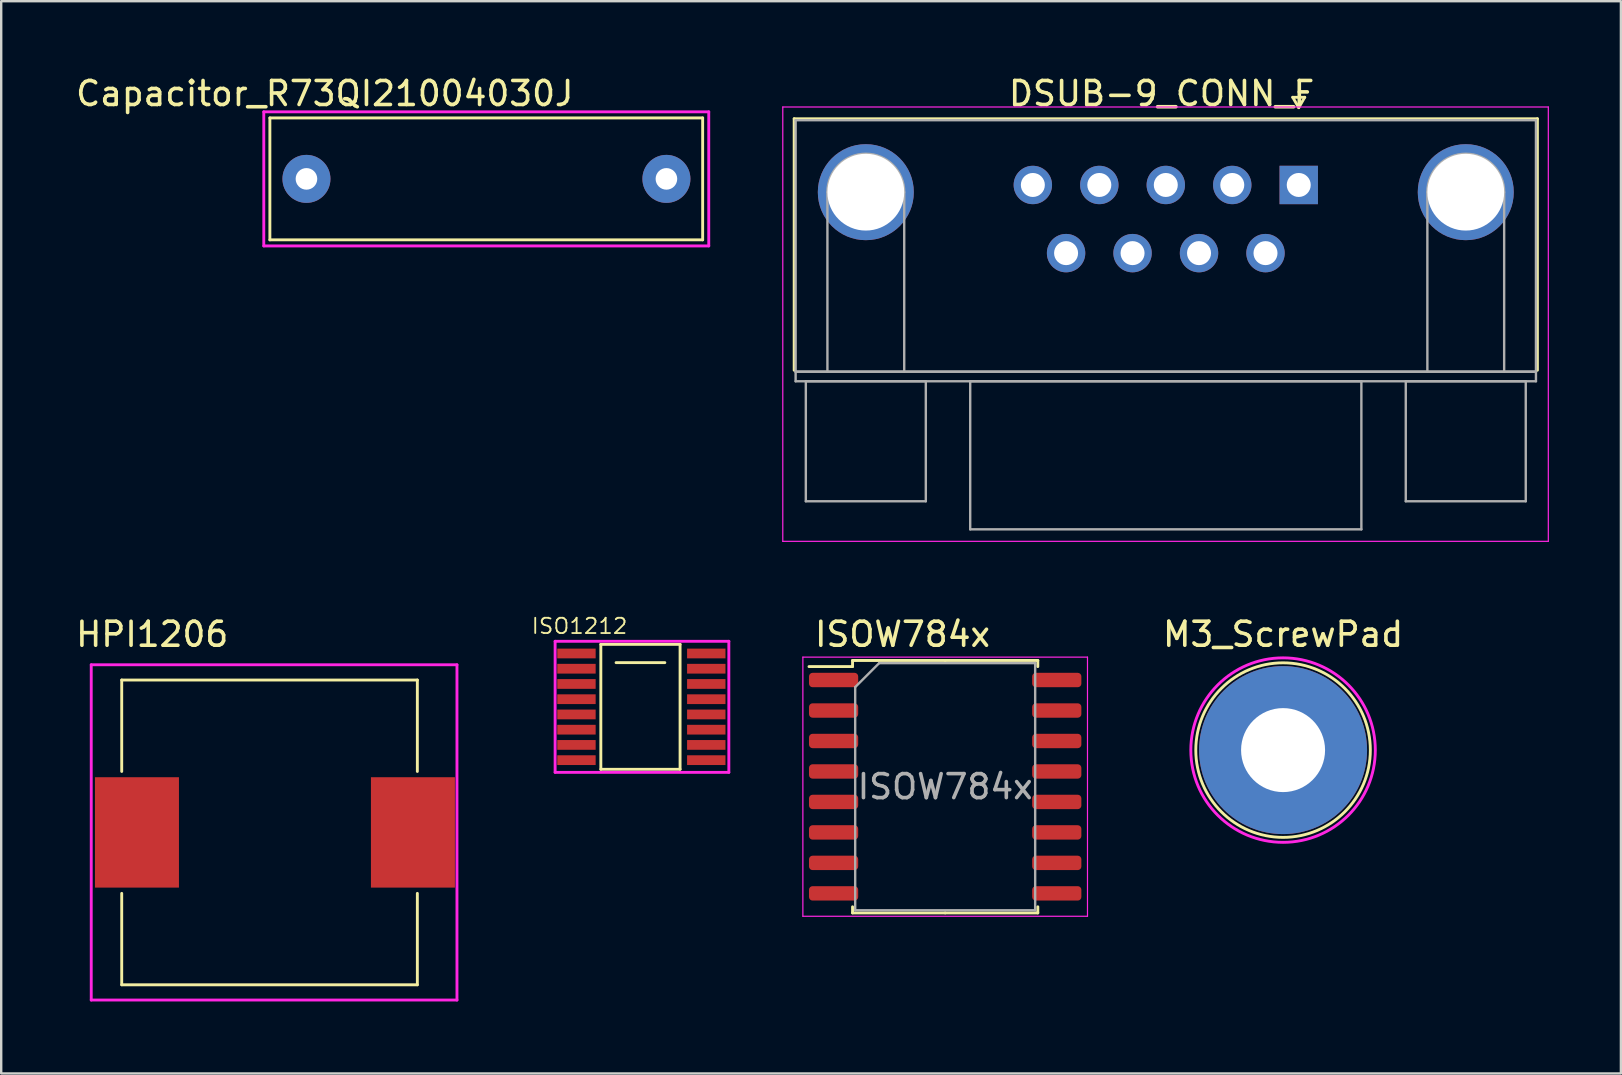
<source format=kicad_pcb>
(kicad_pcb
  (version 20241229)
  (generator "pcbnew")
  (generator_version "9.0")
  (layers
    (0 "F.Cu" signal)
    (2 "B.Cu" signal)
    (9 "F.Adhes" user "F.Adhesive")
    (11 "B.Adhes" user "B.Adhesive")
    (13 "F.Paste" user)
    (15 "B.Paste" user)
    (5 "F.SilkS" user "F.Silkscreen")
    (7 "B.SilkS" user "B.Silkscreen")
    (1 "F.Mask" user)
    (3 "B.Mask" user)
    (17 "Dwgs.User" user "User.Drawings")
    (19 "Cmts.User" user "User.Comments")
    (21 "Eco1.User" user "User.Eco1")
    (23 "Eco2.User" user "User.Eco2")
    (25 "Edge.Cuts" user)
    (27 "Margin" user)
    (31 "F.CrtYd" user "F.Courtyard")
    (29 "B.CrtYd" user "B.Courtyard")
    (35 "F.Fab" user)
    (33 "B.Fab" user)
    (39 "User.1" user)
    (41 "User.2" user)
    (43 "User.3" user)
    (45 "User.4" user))
  (footprint "ISOW784x"
    (layer "F.Cu")
    (at 36.336 29.732)
    (property "Reference" "ISOW784x" (at -1.778 -6.35 0) (layer "F.SilkS") (effects (font (size 1 1) (thickness 0.15))))
    (attr through_hole)
    (fp_line (start -3.86 -5.26) (end -3.86 -5.005) (stroke (width 0.12) (type solid)) (layer "F.SilkS"))
    (fp_line (start -3.86 -5.005) (end -5.675 -5.005) (stroke (width 0.12) (type solid)) (layer "F.SilkS"))
    (fp_line (start -3.86 5.26) (end -3.86 5.005) (stroke (width 0.12) (type solid)) (layer "F.SilkS"))
    (fp_line (start 0 -5.26) (end -3.86 -5.26) (stroke (width 0.12) (type solid)) (layer "F.SilkS"))
    (fp_line (start 0 -5.26) (end 3.86 -5.26) (stroke (width 0.12) (type solid)) (layer "F.SilkS"))
    (fp_line (start 0 5.26) (end -3.86 5.26) (stroke (width 0.12) (type solid)) (layer "F.SilkS"))
    (fp_line (start 0 5.26) (end 3.86 5.26) (stroke (width 0.12) (type solid)) (layer "F.SilkS"))
    (fp_line (start 3.86 -5.26) (end 3.86 -5.005) (stroke (width 0.12) (type solid)) (layer "F.SilkS"))
    (fp_line (start 3.86 5.26) (end 3.86 5.005) (stroke (width 0.12) (type solid)) (layer "F.SilkS"))
    (fp_line (start -5.93 -5.4) (end -5.93 5.4) (stroke (width 0.05) (type solid)) (layer "F.CrtYd"))
    (fp_line (start -5.93 5.4) (end 5.93 5.4) (stroke (width 0.05) (type solid)) (layer "F.CrtYd"))
    (fp_line (start 5.93 -5.4) (end -5.93 -5.4) (stroke (width 0.05) (type solid)) (layer "F.CrtYd"))
    (fp_line (start 5.93 5.4) (end 5.93 -5.4) (stroke (width 0.05) (type solid)) (layer "F.CrtYd"))
    (fp_line (start -3.75 -4.15) (end -2.75 -5.15) (stroke (width 0.1) (type solid)) (layer "F.Fab"))
    (fp_line (start -3.75 5.15) (end -3.75 -4.15) (stroke (width 0.1) (type solid)) (layer "F.Fab"))
    (fp_line (start -2.75 -5.15) (end 3.75 -5.15) (stroke (width 0.1) (type solid)) (layer "F.Fab"))
    (fp_line (start 3.75 -5.15) (end 3.75 5.15) (stroke (width 0.1) (type solid)) (layer "F.Fab"))
    (fp_line (start 3.75 5.15) (end -3.75 5.15) (stroke (width 0.1) (type solid)) (layer "F.Fab"))
    (fp_text user "${REFERENCE}" (at 0 0 0) (layer "F.Fab") (effects (font (size 1 1) (thickness 0.15))))
    (pad "1" smd roundrect (at -4.65 -4.445) (size 2.05 0.6) (layers "F.Cu" "F.Mask" "F.Paste") (roundrect_rratio 0.25))
    (pad "2" smd roundrect (at -4.65 -3.175) (size 2.05 0.6) (layers "F.Cu" "F.Mask" "F.Paste") (roundrect_rratio 0.25))
    (pad "3" smd roundrect (at -4.65 -1.905) (size 2.05 0.6) (layers "F.Cu" "F.Mask" "F.Paste") (roundrect_rratio 0.25))
    (pad "4" smd roundrect (at -4.65 -0.635) (size 2.05 0.6) (layers "F.Cu" "F.Mask" "F.Paste") (roundrect_rratio 0.25))
    (pad "5" smd roundrect (at -4.65 0.635) (size 2.05 0.6) (layers "F.Cu" "F.Mask" "F.Paste") (roundrect_rratio 0.25))
    (pad "6" smd roundrect (at -4.65 1.905) (size 2.05 0.6) (layers "F.Cu" "F.Mask" "F.Paste") (roundrect_rratio 0.25))
    (pad "7" smd roundrect (at -4.65 3.175) (size 2.05 0.6) (layers "F.Cu" "F.Mask" "F.Paste") (roundrect_rratio 0.25))
    (pad "8" smd roundrect (at -4.65 4.445) (size 2.05 0.6) (layers "F.Cu" "F.Mask" "F.Paste") (roundrect_rratio 0.25))
    (pad "9" smd roundrect (at 4.65 4.445) (size 2.05 0.6) (layers "F.Cu" "F.Mask" "F.Paste") (roundrect_rratio 0.25))
    (pad "10" smd roundrect (at 4.65 3.175) (size 2.05 0.6) (layers "F.Cu" "F.Mask" "F.Paste") (roundrect_rratio 0.25))
    (pad "11" smd roundrect (at 4.65 1.905) (size 2.05 0.6) (layers "F.Cu" "F.Mask" "F.Paste") (roundrect_rratio 0.25))
    (pad "12" smd roundrect (at 4.65 0.635) (size 2.05 0.6) (layers "F.Cu" "F.Mask" "F.Paste") (roundrect_rratio 0.25))
    (pad "13" smd roundrect (at 4.65 -0.635) (size 2.05 0.6) (layers "F.Cu" "F.Mask" "F.Paste") (roundrect_rratio 0.25))
    (pad "14" smd roundrect (at 4.65 -1.905) (size 2.05 0.6) (layers "F.Cu" "F.Mask" "F.Paste") (roundrect_rratio 0.25))
    (pad "15" smd roundrect (at 4.65 -3.175) (size 2.05 0.6) (layers "F.Cu" "F.Mask" "F.Paste") (roundrect_rratio 0.25))
    (pad "16" smd roundrect (at 4.65 -4.445) (size 2.05 0.6) (layers "F.Cu" "F.Mask" "F.Paste") (roundrect_rratio 0.25)))
  (footprint "M3_ScrewPad"
    (layer "F.Cu")
    (at 50.416 28.207)
    (property "Reference" "M3_ScrewPad" (at 0 -4.826 0) (layer "F.SilkS") (effects (font (size 1 1) (thickness 0.15))))
    (attr through_hole)
    (fp_circle (center 0 0) (end -3.302 -1.524) (stroke (width 0.12) (type solid)) (fill no) (layer "F.SilkS"))
    (fp_circle (center 0 0) (end -3.81 0.508) (stroke (width 0.12) (type solid)) (fill no) (layer "F.CrtYd"))
    (pad "1" thru_hole circle (at 0 0) (size 7 7) (drill 3.5) (layers "*.Cu" "*.Mask")))
  (footprint "DSUB-9_CONN_F"
    (layer "F.Cu")
    (at 51.069 4.658)
    (property "Reference" "DSUB-9_CONN_F" (at -5.715 -3.81 0) (layer "F.SilkS") (effects (font (size 1 1) (thickness 0.15))))
    (attr through_hole)
    (fp_line (start -21.025 -2.76) (end 9.945 -2.76) (stroke (width 0.12) (type solid)) (layer "F.SilkS"))
    (fp_line (start -21.025 7.72) (end -21.025 -2.76) (stroke (width 0.12) (type solid)) (layer "F.SilkS"))
    (fp_line (start -0.25 -3.654) (end 0.25 -3.654) (stroke (width 0.12) (type solid)) (layer "F.SilkS"))
    (fp_line (start 0 -3.221) (end -0.25 -3.654) (stroke (width 0.12) (type solid)) (layer "F.SilkS"))
    (fp_line (start 0.25 -3.654) (end 0 -3.221) (stroke (width 0.12) (type solid)) (layer "F.SilkS"))
    (fp_line (start 9.945 -2.76) (end 9.945 7.72) (stroke (width 0.12) (type solid)) (layer "F.SilkS"))
    (fp_line (start -21.5 -3.25) (end -21.5 14.85) (stroke (width 0.05) (type solid)) (layer "F.CrtYd"))
    (fp_line (start -21.5 14.85) (end 10.4 14.85) (stroke (width 0.05) (type solid)) (layer "F.CrtYd"))
    (fp_line (start 10.4 -3.25) (end -21.5 -3.25) (stroke (width 0.05) (type solid)) (layer "F.CrtYd"))
    (fp_line (start 10.4 14.85) (end 10.4 -3.25) (stroke (width 0.05) (type solid)) (layer "F.CrtYd"))
    (fp_line (start -20.965 -2.7) (end -20.965 7.78) (stroke (width 0.1) (type solid)) (layer "F.Fab"))
    (fp_line (start -20.965 7.78) (end -20.965 8.18) (stroke (width 0.1) (type solid)) (layer "F.Fab"))
    (fp_line (start -20.965 7.78) (end 9.885 7.78) (stroke (width 0.1) (type solid)) (layer "F.Fab"))
    (fp_line (start -20.965 8.18) (end 9.885 8.18) (stroke (width 0.1) (type solid)) (layer "F.Fab"))
    (fp_line (start -20.54 8.18) (end -20.54 13.18) (stroke (width 0.1) (type solid)) (layer "F.Fab"))
    (fp_line (start -20.54 13.18) (end -15.54 13.18) (stroke (width 0.1) (type solid)) (layer "F.Fab"))
    (fp_line (start -19.64 7.78) (end -19.64 0.3) (stroke (width 0.1) (type solid)) (layer "F.Fab"))
    (fp_line (start -16.44 7.78) (end -16.44 0.3) (stroke (width 0.1) (type solid)) (layer "F.Fab"))
    (fp_line (start -15.54 8.18) (end -20.54 8.18) (stroke (width 0.1) (type solid)) (layer "F.Fab"))
    (fp_line (start -15.54 13.18) (end -15.54 8.18) (stroke (width 0.1) (type solid)) (layer "F.Fab"))
    (fp_line (start -13.69 8.18) (end -13.69 14.35) (stroke (width 0.1) (type solid)) (layer "F.Fab"))
    (fp_line (start -13.69 14.35) (end 2.61 14.35) (stroke (width 0.1) (type solid)) (layer "F.Fab"))
    (fp_line (start 2.61 8.18) (end -13.69 8.18) (stroke (width 0.1) (type solid)) (layer "F.Fab"))
    (fp_line (start 2.61 14.35) (end 2.61 8.18) (stroke (width 0.1) (type solid)) (layer "F.Fab"))
    (fp_line (start 4.46 8.18) (end 4.46 13.18) (stroke (width 0.1) (type solid)) (layer "F.Fab"))
    (fp_line (start 4.46 13.18) (end 9.46 13.18) (stroke (width 0.1) (type solid)) (layer "F.Fab"))
    (fp_line (start 5.36 7.78) (end 5.36 0.3) (stroke (width 0.1) (type solid)) (layer "F.Fab"))
    (fp_line (start 8.56 7.78) (end 8.56 0.3) (stroke (width 0.1) (type solid)) (layer "F.Fab"))
    (fp_line (start 9.46 8.18) (end 4.46 8.18) (stroke (width 0.1) (type solid)) (layer "F.Fab"))
    (fp_line (start 9.46 13.18) (end 9.46 8.18) (stroke (width 0.1) (type solid)) (layer "F.Fab"))
    (fp_line (start 9.885 -2.7) (end -20.965 -2.7) (stroke (width 0.1) (type solid)) (layer "F.Fab"))
    (fp_line (start 9.885 7.78) (end -20.965 7.78) (stroke (width 0.1) (type solid)) (layer "F.Fab"))
    (fp_line (start 9.885 7.78) (end 9.885 -2.7) (stroke (width 0.1) (type solid)) (layer "F.Fab"))
    (fp_line (start 9.885 8.18) (end 9.885 7.78) (stroke (width 0.1) (type solid)) (layer "F.Fab"))
    (fp_arc (start -19.64 0.3) (mid -18.04 -1.3) (end -16.44 0.3) (stroke (width 0.1) (type solid)) (layer "F.Fab"))
    (fp_arc (start 5.36 0.3) (mid 6.96 -1.3) (end 8.56 0.3) (stroke (width 0.1) (type solid)) (layer "F.Fab"))
    (pad "0" thru_hole circle (at -18.04 0.3) (size 4 4) (drill 3.2) (layers "*.Cu" "*.Mask"))
    (pad "0" thru_hole circle (at 6.96 0.3) (size 4 4) (drill 3.2) (layers "*.Cu" "*.Mask"))
    (pad "1" thru_hole rect (at 0 0) (size 1.6 1.6) (drill 1) (layers "*.Cu" "*.Mask"))
    (pad "2" thru_hole circle (at -2.77 0) (size 1.6 1.6) (drill 1) (layers "*.Cu" "*.Mask"))
    (pad "3" thru_hole circle (at -5.54 0) (size 1.6 1.6) (drill 1) (layers "*.Cu" "*.Mask"))
    (pad "4" thru_hole circle (at -8.31 0) (size 1.6 1.6) (drill 1) (layers "*.Cu" "*.Mask"))
    (pad "5" thru_hole circle (at -11.08 0) (size 1.6 1.6) (drill 1) (layers "*.Cu" "*.Mask"))
    (pad "6" thru_hole circle (at -1.385 2.84) (size 1.6 1.6) (drill 1) (layers "*.Cu" "*.Mask"))
    (pad "7" thru_hole circle (at -4.155 2.84) (size 1.6 1.6) (drill 1) (layers "*.Cu" "*.Mask"))
    (pad "8" thru_hole circle (at -6.925 2.84) (size 1.6 1.6) (drill 1) (layers "*.Cu" "*.Mask"))
    (pad "9" thru_hole circle (at -9.695 2.84) (size 1.6 1.6) (drill 1) (layers "*.Cu" "*.Mask")))
  (footprint "HPI1206"
    (layer "F.Cu")
    (at 2.657 31.637)
    (property "Reference" "HPI1206" (at 0.635 -8.255 0) (layer "F.SilkS") (effects (font (size 1 1) (thickness 0.15))))
    (attr through_hole)
    (fp_line (start -0.635 -6.35) (end 11.684 -6.35) (stroke (width 0.12) (type solid)) (layer "F.SilkS"))
    (fp_line (start -0.635 -2.54) (end -0.635 -6.35) (stroke (width 0.12) (type solid)) (layer "F.SilkS"))
    (fp_line (start -0.635 2.54) (end -0.635 6.35) (stroke (width 0.12) (type solid)) (layer "F.SilkS"))
    (fp_line (start -0.635 6.35) (end 11.684 6.35) (stroke (width 0.12) (type solid)) (layer "F.SilkS"))
    (fp_line (start 11.684 -6.35) (end 11.684 -2.54) (stroke (width 0.12) (type solid)) (layer "F.SilkS"))
    (fp_line (start 11.684 6.35) (end 11.684 2.54) (stroke (width 0.12) (type solid)) (layer "F.SilkS"))
    (fp_line (start -1.905 -6.985) (end -1.905 6.985) (stroke (width 0.12) (type solid)) (layer "F.CrtYd"))
    (fp_line (start -1.905 6.985) (end 13.335 6.985) (stroke (width 0.12) (type solid)) (layer "F.CrtYd"))
    (fp_line (start 13.335 -6.985) (end -1.905 -6.985) (stroke (width 0.12) (type solid)) (layer "F.CrtYd"))
    (fp_line (start 13.335 6.985) (end 13.335 -6.985) (stroke (width 0.12) (type solid)) (layer "F.CrtYd"))
    (pad "1" smd rect (at 0 0) (size 3.5 4.6) (layers "F.Cu" "F.Mask" "F.Paste"))
    (pad "2" smd rect (at 11.5 0) (size 3.5 4.6) (layers "F.Cu" "F.Mask" "F.Paste")))
  (footprint "Capacitor_R73QI21004030J"
    (layer "F.Cu")
    (at 9.72 4.404)
    (property "Reference" "Capacitor_R73QI21004030J" (at 0.762 -3.556 0) (layer "F.SilkS") (effects (font (size 1 1) (thickness 0.15))))
    (attr through_hole)
    (fp_line (start -1.524 -2.54) (end 16.51 -2.54) (stroke (width 0.12) (type solid)) (layer "F.SilkS"))
    (fp_line (start -1.524 2.54) (end -1.524 -2.54) (stroke (width 0.12) (type solid)) (layer "F.SilkS"))
    (fp_line (start 16.51 -2.54) (end 16.51 2.54) (stroke (width 0.12) (type solid)) (layer "F.SilkS"))
    (fp_line (start 16.51 2.54) (end -1.524 2.54) (stroke (width 0.12) (type solid)) (layer "F.SilkS"))
    (fp_line (start -1.778 -2.794) (end 16.764 -2.794) (stroke (width 0.12) (type solid)) (layer "F.CrtYd"))
    (fp_line (start -1.778 2.794) (end -1.778 -2.794) (stroke (width 0.12) (type solid)) (layer "F.CrtYd"))
    (fp_line (start 16.764 -2.794) (end 16.764 2.794) (stroke (width 0.12) (type solid)) (layer "F.CrtYd"))
    (fp_line (start 16.764 2.794) (end -1.778 2.794) (stroke (width 0.12) (type solid)) (layer "F.CrtYd"))
    (pad "1" thru_hole circle (at 0 0) (size 2 2) (drill 0.9) (layers "*.Cu" "*.Mask"))
    (pad "2" thru_hole circle (at 15 0) (size 2 2) (drill 0.9) (layers "*.Cu" "*.Mask")))
  (footprint "ISO1212"
    (layer "F.Cu")
    (at 20.971 28.626)
    (property "Reference" "ISO1212" (at 0.127 -5.588 0) (layer "F.SilkS") (effects (font (size 0.635 0.635) (thickness 0.076))))
    (attr through_hole)
    (fp_line (start 1.016 -4.826) (end 1.016 0.381) (stroke (width 0.12) (type solid)) (layer "F.SilkS"))
    (fp_line (start 1.016 -4.826) (end 4.318 -4.826) (stroke (width 0.12) (type solid)) (layer "F.SilkS"))
    (fp_line (start 1.651 -4.064) (end 3.683 -4.064) (stroke (width 0.12) (type solid)) (layer "F.SilkS"))
    (fp_line (start 4.318 -4.826) (end 4.318 0.381) (stroke (width 0.12) (type solid)) (layer "F.SilkS"))
    (fp_line (start 4.318 0.381) (end 1.016 0.381) (stroke (width 0.12) (type solid)) (layer "F.SilkS"))
    (fp_line (start -0.889 -4.953) (end 6.35 -4.953) (stroke (width 0.12) (type solid)) (layer "F.CrtYd"))
    (fp_line (start -0.889 0.508) (end -0.889 -4.953) (stroke (width 0.12) (type solid)) (layer "F.CrtYd"))
    (fp_line (start 6.35 -4.953) (end 6.35 0.508) (stroke (width 0.12) (type solid)) (layer "F.CrtYd"))
    (fp_line (start 6.35 0.508) (end -0.889 0.508) (stroke (width 0.12) (type solid)) (layer "F.CrtYd"))
    (pad "1" smd rect (at 0 -4.445) (size 1.6 0.406) (layers "F.Cu" "F.Mask" "F.Paste"))
    (pad "2" smd rect (at 0 -3.81) (size 1.6 0.406) (layers "F.Cu" "F.Mask" "F.Paste"))
    (pad "3" smd rect (at 0 -3.175) (size 1.6 0.406) (layers "F.Cu" "F.Mask" "F.Paste"))
    (pad "4" smd rect (at 0 -2.54) (size 1.6 0.406) (layers "F.Cu" "F.Mask" "F.Paste"))
    (pad "5" smd rect (at 0 -1.905) (size 1.6 0.406) (layers "F.Cu" "F.Mask" "F.Paste"))
    (pad "6" smd rect (at 0 -1.27) (size 1.6 0.406) (layers "F.Cu" "F.Mask" "F.Paste"))
    (pad "7" smd rect (at 0 -0.635) (size 1.6 0.406) (layers "F.Cu" "F.Mask" "F.Paste"))
    (pad "8" smd rect (at 0 0) (size 1.6 0.406) (layers "F.Cu" "F.Mask" "F.Paste"))
    (pad "9" smd rect (at 5.41 0) (size 1.6 0.406) (layers "F.Cu" "F.Mask" "F.Paste"))
    (pad "10" smd rect (at 5.41 -0.635) (size 1.6 0.406) (layers "F.Cu" "F.Mask" "F.Paste"))
    (pad "11" smd rect (at 5.41 -1.27) (size 1.6 0.406) (layers "F.Cu" "F.Mask" "F.Paste"))
    (pad "12" smd rect (at 5.41 -1.905) (size 1.6 0.406) (layers "F.Cu" "F.Mask" "F.Paste"))
    (pad "13" smd rect (at 5.41 -2.54) (size 1.6 0.406) (layers "F.Cu" "F.Mask" "F.Paste"))
    (pad "14" smd rect (at 5.41 -3.175) (size 1.6 0.406) (layers "F.Cu" "F.Mask" "F.Paste"))
    (pad "15" smd rect (at 5.41 -3.81) (size 1.6 0.406) (layers "F.Cu" "F.Mask" "F.Paste"))
    (pad "16" smd rect (at 5.41 -4.445) (size 1.6 0.406) (layers "F.Cu" "F.Mask" "F.Paste")))
  (gr_rect
    (start -3 -3)
    (end 64.494 41.681)
    (stroke (width 0.1) (type default))
    (fill no)
    (layer "Edge.Cuts")))
</source>
